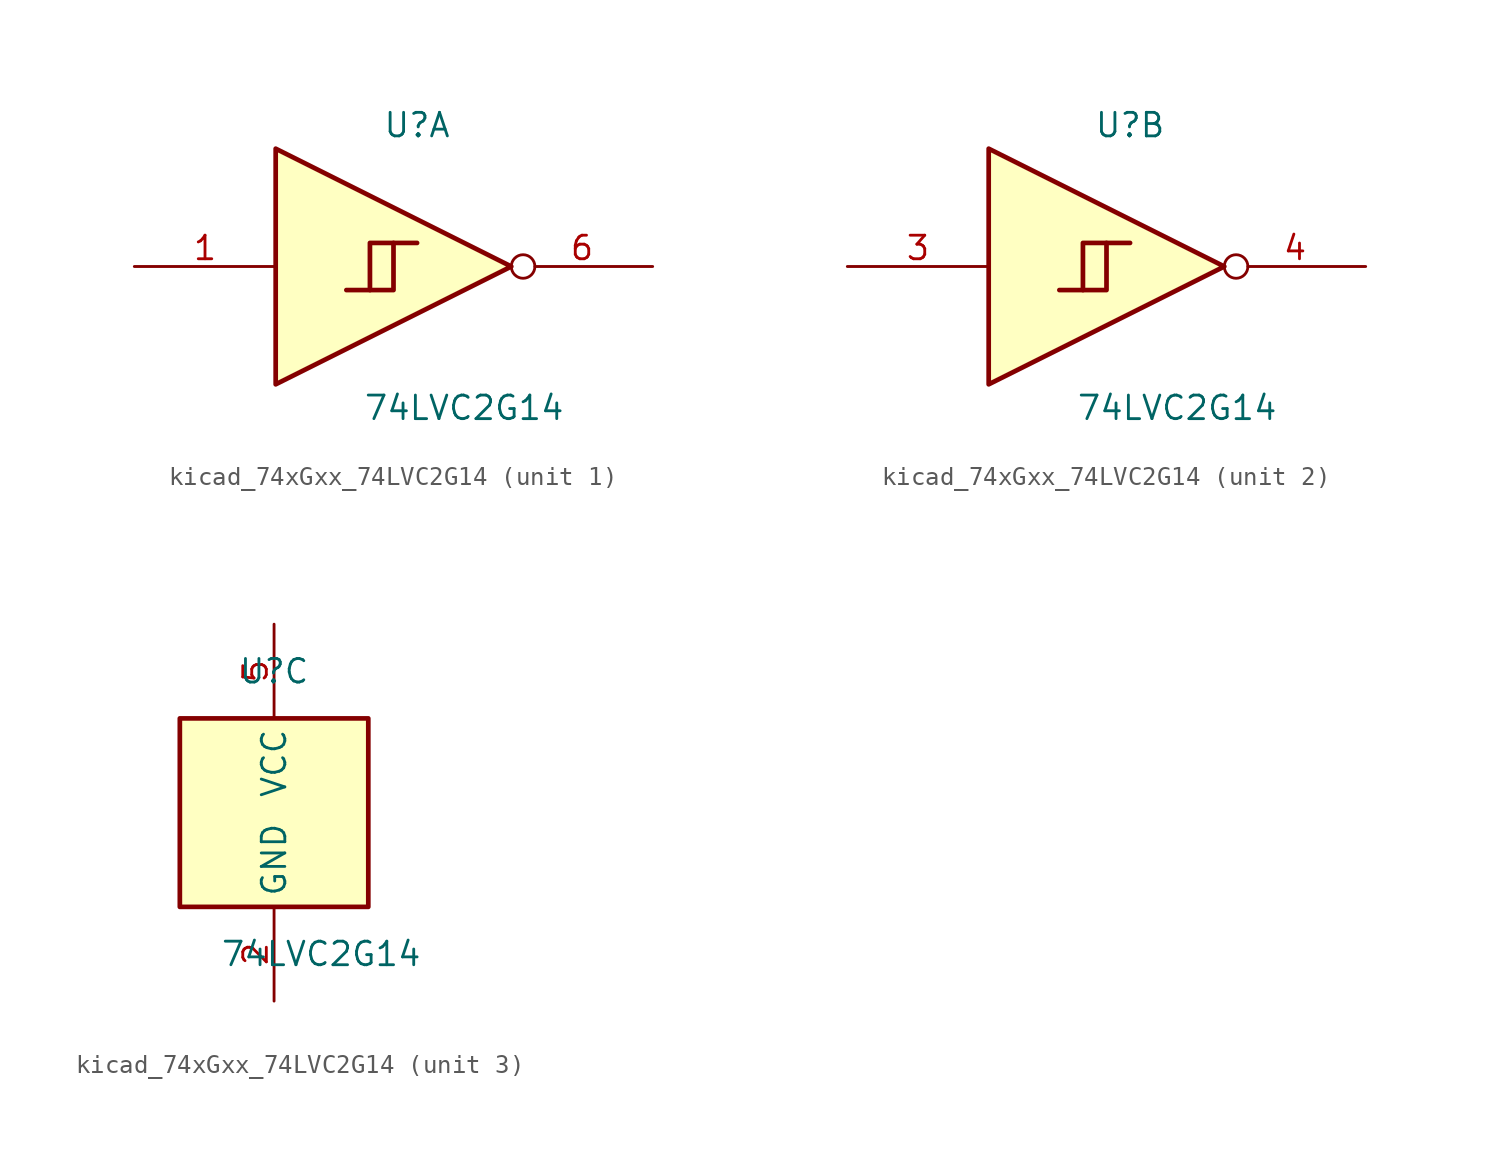
<source format=kicad_sym>
(kicad_symbol_lib
  (version 20220914)
  (generator kicad_symbol_editor)
  (symbol "kicad_74xGxx_74LVC2G14"
    (property "Reference" "U"
      (at 0 7.62 0)
      (effects (font (size 1.27 1.27))))
    (property "Value" "74LVC2G14"
      (at 2.54 -7.62 0)
      (effects (font (size 1.27 1.27))))
    (symbol "kicad_74xGxx_74LVC2G14_1_1"
      (polyline (pts (xy -2.54 -1.27) (xy -1.27 -1.27) (xy -1.27 1.27)) (stroke (width 0.254) (type default)) (fill (type background)))
      (polyline (pts (xy -7.62 6.35) (xy -7.62 -6.35) (xy 5.08 0) (xy -7.62 6.35)) (stroke (width 0.254) (type default)) (fill (type background)))
      (polyline (pts (xy -3.81 -1.27) (xy -2.54 -1.27) (xy -2.54 1.27) (xy 0 1.27)) (stroke (width 0.254) (type default)) (fill (type background)))
      (pin input line (at -15.24 0 0) (length 7.62) (name "~" (effects (font (size 1.27 1.27)))) (number "1" (effects (font (size 1.27 1.27)))))
      (pin output inverted (at 12.7 0 180) (length 7.62) (name "~" (effects (font (size 1.27 1.27)))) (number "6" (effects (font (size 1.27 1.27))))))
    (symbol "kicad_74xGxx_74LVC2G14_2_1"
      (polyline (pts (xy -2.54 -1.27) (xy -1.27 -1.27) (xy -1.27 1.27)) (stroke (width 0.254) (type default)) (fill (type background)))
      (polyline (pts (xy -7.62 6.35) (xy -7.62 -6.35) (xy 5.08 0) (xy -7.62 6.35)) (stroke (width 0.254) (type default)) (fill (type background)))
      (polyline (pts (xy -3.81 -1.27) (xy -2.54 -1.27) (xy -2.54 1.27) (xy 0 1.27)) (stroke (width 0.254) (type default)) (fill (type background)))
      (pin input line (at -15.24 0 0) (length 7.62) (name "~" (effects (font (size 1.27 1.27)))) (number "3" (effects (font (size 1.27 1.27)))))
      (pin output inverted (at 12.7 0 180) (length 7.62) (name "~" (effects (font (size 1.27 1.27)))) (number "4" (effects (font (size 1.27 1.27))))))
    (symbol "kicad_74xGxx_74LVC2G14_3_0"
      (rectangle (start -5.08 -5.08) (end 5.08 5.08) (stroke (width 0.254) (type default)) (fill (type background))))
    (symbol "kicad_74xGxx_74LVC2G14_3_1"
      (pin power_in line (at 0 -10.16 90) (length 5.08) (name "GND" (effects (font (size 1.27 1.27)))) (number "2" (effects (font (size 1.27 1.27)))))
      (pin power_in line (at 0 10.16 270) (length 5.08) (name "VCC" (effects (font (size 1.27 1.27)))) (number "5" (effects (font (size 1.27 1.27))))))))
</source>
